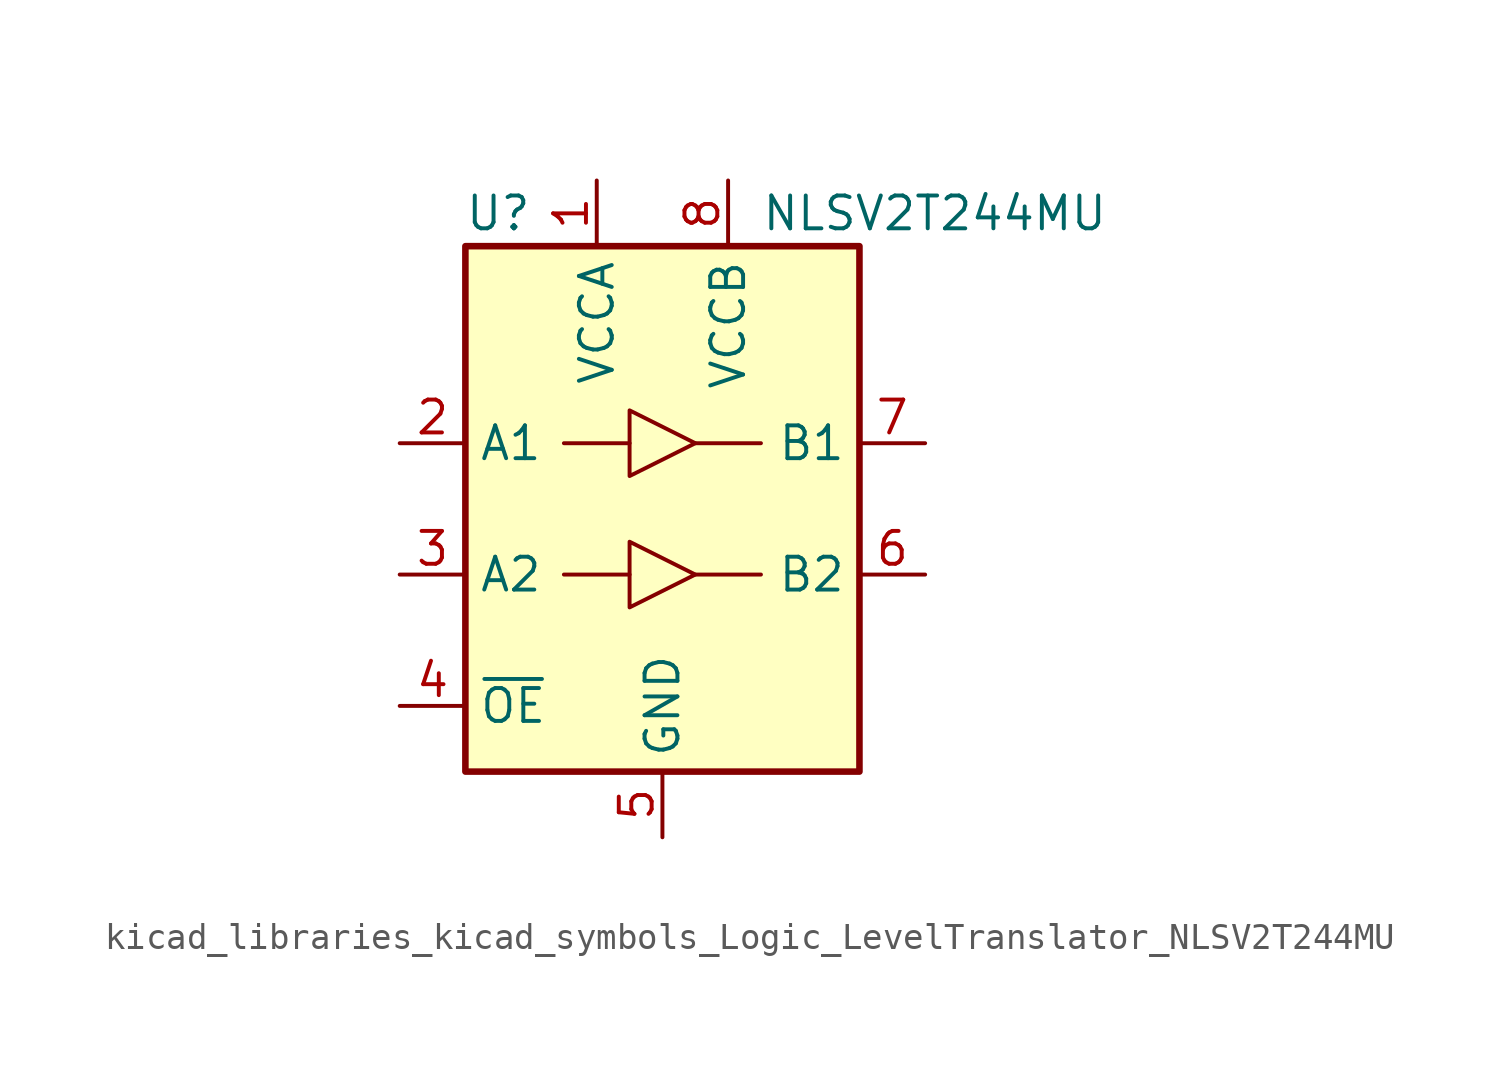
<source format=kicad_sym>
(kicad_symbol_lib
  (version 20220914)
  (generator kicad_symbol_editor)
  (symbol "kicad_libraries_kicad_symbols_Logic_LevelTranslator_NLSV2T244MU"
    (property "Reference" "U"
      (at -6.35 11.43 0)
      (effects (font (size 1.27 1.27))))
    (property "Value" "NLSV2T244MU"
      (at 3.81 11.43 0)
      (effects (font (size 1.27 1.27)) (justify left)))
    (symbol "kicad_libraries_kicad_symbols_Logic_LevelTranslator_NLSV2T244MU_0_1"
      (rectangle (start -7.62 10.16) (end 7.62 -10.16) (stroke (width 0.254) (type default)) (fill (type background)))
      (polyline (pts (xy -3.81 -2.54) (xy -1.27 -2.54)) (stroke (width 0) (type default)) (fill (type none)))
      (polyline (pts (xy -3.81 2.54) (xy -1.27 2.54)) (stroke (width 0) (type default)) (fill (type none)))
      (polyline (pts (xy 3.81 -2.54) (xy 1.27 -2.54)) (stroke (width 0) (type default)) (fill (type none)))
      (polyline (pts (xy 3.81 2.54) (xy 1.27 2.54)) (stroke (width 0) (type default)) (fill (type none)))
      (polyline (pts (xy -1.27 -3.81) (xy -1.27 -1.27) (xy 1.27 -2.54) (xy -1.27 -3.81)) (stroke (width 0) (type default)) (fill (type none)))
      (polyline (pts (xy -1.27 1.27) (xy -1.27 3.81) (xy 1.27 2.54) (xy -1.27 1.27)) (stroke (width 0) (type default)) (fill (type none))))
    (symbol "kicad_libraries_kicad_symbols_Logic_LevelTranslator_NLSV2T244MU_1_1"
      (pin power_in line (at -2.54 12.7 270) (length 2.54) (name "VCCA" (effects (font (size 1.27 1.27)))) (number "1" (effects (font (size 1.27 1.27)))))
      (pin input line (at -10.16 2.54 0) (length 2.54) (name "A1" (effects (font (size 1.27 1.27)))) (number "2" (effects (font (size 1.27 1.27)))))
      (pin input line (at -10.16 -2.54 0) (length 2.54) (name "A2" (effects (font (size 1.27 1.27)))) (number "3" (effects (font (size 1.27 1.27)))))
      (pin input line (at -10.16 -7.62 0) (length 2.54) (name "~{OE}" (effects (font (size 1.27 1.27)))) (number "4" (effects (font (size 1.27 1.27)))))
      (pin power_in line (at 0 -12.7 90) (length 2.54) (name "GND" (effects (font (size 1.27 1.27)))) (number "5" (effects (font (size 1.27 1.27)))))
      (pin output line (at 10.16 -2.54 180) (length 2.54) (name "B2" (effects (font (size 1.27 1.27)))) (number "6" (effects (font (size 1.27 1.27)))))
      (pin output line (at 10.16 2.54 180) (length 2.54) (name "B1" (effects (font (size 1.27 1.27)))) (number "7" (effects (font (size 1.27 1.27)))))
      (pin power_in line (at 2.54 12.7 270) (length 2.54) (name "VCCB" (effects (font (size 1.27 1.27)))) (number "8" (effects (font (size 1.27 1.27))))))))
</source>
